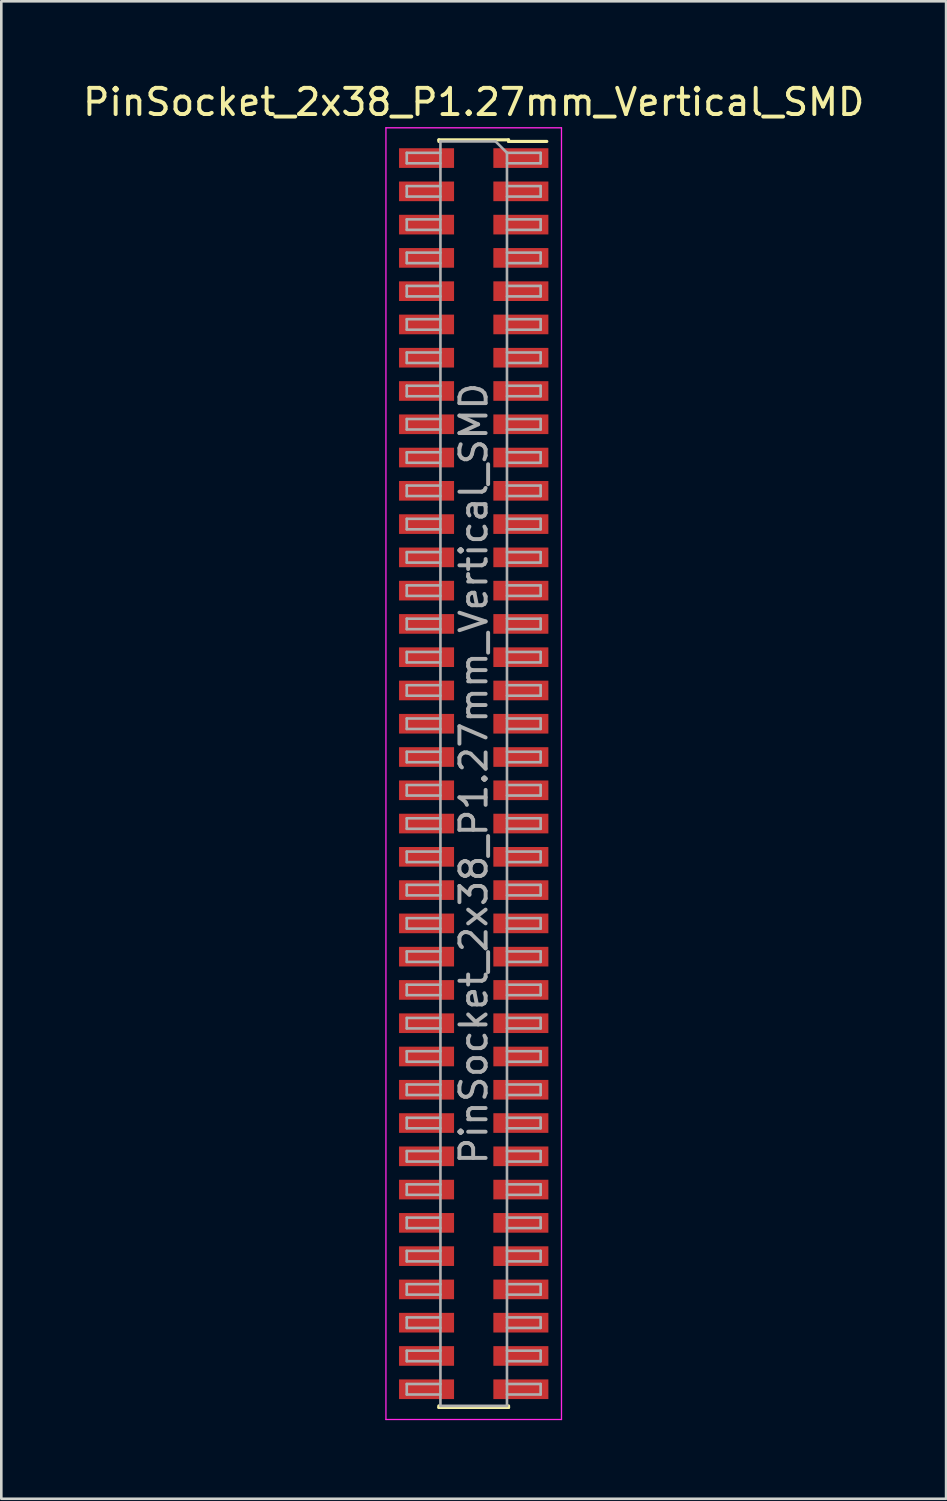
<source format=kicad_pcb>
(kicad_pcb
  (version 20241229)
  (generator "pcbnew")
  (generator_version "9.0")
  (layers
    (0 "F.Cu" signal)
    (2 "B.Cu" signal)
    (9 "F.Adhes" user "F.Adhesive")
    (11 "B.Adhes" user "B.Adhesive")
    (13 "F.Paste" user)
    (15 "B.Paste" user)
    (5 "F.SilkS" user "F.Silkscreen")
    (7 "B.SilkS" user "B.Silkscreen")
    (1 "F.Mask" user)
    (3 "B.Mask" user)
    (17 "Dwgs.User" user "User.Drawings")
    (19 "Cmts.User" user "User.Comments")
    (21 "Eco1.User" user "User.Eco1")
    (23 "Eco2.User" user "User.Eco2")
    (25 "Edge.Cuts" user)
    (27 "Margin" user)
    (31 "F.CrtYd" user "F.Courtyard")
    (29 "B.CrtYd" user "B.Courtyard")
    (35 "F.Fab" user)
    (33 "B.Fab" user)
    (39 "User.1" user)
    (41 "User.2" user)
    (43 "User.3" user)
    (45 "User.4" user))
  (footprint "PinSocket_2x38_P1.27mm_Vertical_SMD"
    (layer "F.Cu")
    (at 15.03 26.478)
    (property "Reference" "PinSocket_2x38_P1.27mm_Vertical_SMD" (at 0 -25.63 0) (layer "F.SilkS") (effects (font (size 1 1) (thickness 0.15))))
    (attr smd)
    (fp_line (start -1.33 -24.19) (end -1.33 -24.13) (stroke (width 0.12) (type solid)) (layer "F.SilkS"))
    (fp_line (start -1.33 -24.19) (end 1.33 -24.19) (stroke (width 0.12) (type solid)) (layer "F.SilkS"))
    (fp_line (start -1.33 24.13) (end -1.33 24.19) (stroke (width 0.12) (type solid)) (layer "F.SilkS"))
    (fp_line (start -1.33 24.19) (end 1.33 24.19) (stroke (width 0.12) (type solid)) (layer "F.SilkS"))
    (fp_line (start 1.33 -24.19) (end 1.33 -24.13) (stroke (width 0.12) (type solid)) (layer "F.SilkS"))
    (fp_line (start 1.33 -24.13) (end 2.79 -24.13) (stroke (width 0.12) (type solid)) (layer "F.SilkS"))
    (fp_line (start 1.33 24.13) (end 1.33 24.19) (stroke (width 0.12) (type solid)) (layer "F.SilkS"))
    (fp_line (start -3.35 -24.65) (end 3.35 -24.65) (stroke (width 0.05) (type solid)) (layer "F.CrtYd"))
    (fp_line (start -3.35 24.65) (end -3.35 -24.65) (stroke (width 0.05) (type solid)) (layer "F.CrtYd"))
    (fp_line (start 3.35 -24.65) (end 3.35 24.65) (stroke (width 0.05) (type solid)) (layer "F.CrtYd"))
    (fp_line (start 3.35 24.65) (end -3.35 24.65) (stroke (width 0.05) (type solid)) (layer "F.CrtYd"))
    (fp_line (start -2.555 -23.695) (end -1.27 -23.695) (stroke (width 0.1) (type solid)) (layer "F.Fab"))
    (fp_line (start -2.555 -23.295) (end -2.555 -23.695) (stroke (width 0.1) (type solid)) (layer "F.Fab"))
    (fp_line (start -2.555 -22.425) (end -1.27 -22.425) (stroke (width 0.1) (type solid)) (layer "F.Fab"))
    (fp_line (start -2.555 -22.025) (end -2.555 -22.425) (stroke (width 0.1) (type solid)) (layer "F.Fab"))
    (fp_line (start -2.555 -21.155) (end -1.27 -21.155) (stroke (width 0.1) (type solid)) (layer "F.Fab"))
    (fp_line (start -2.555 -20.755) (end -2.555 -21.155) (stroke (width 0.1) (type solid)) (layer "F.Fab"))
    (fp_line (start -2.555 -19.885) (end -1.27 -19.885) (stroke (width 0.1) (type solid)) (layer "F.Fab"))
    (fp_line (start -2.555 -19.485) (end -2.555 -19.885) (stroke (width 0.1) (type solid)) (layer "F.Fab"))
    (fp_line (start -2.555 -18.615) (end -1.27 -18.615) (stroke (width 0.1) (type solid)) (layer "F.Fab"))
    (fp_line (start -2.555 -18.215) (end -2.555 -18.615) (stroke (width 0.1) (type solid)) (layer "F.Fab"))
    (fp_line (start -2.555 -17.345) (end -1.27 -17.345) (stroke (width 0.1) (type solid)) (layer "F.Fab"))
    (fp_line (start -2.555 -16.945) (end -2.555 -17.345) (stroke (width 0.1) (type solid)) (layer "F.Fab"))
    (fp_line (start -2.555 -16.075) (end -1.27 -16.075) (stroke (width 0.1) (type solid)) (layer "F.Fab"))
    (fp_line (start -2.555 -15.675) (end -2.555 -16.075) (stroke (width 0.1) (type solid)) (layer "F.Fab"))
    (fp_line (start -2.555 -14.805) (end -1.27 -14.805) (stroke (width 0.1) (type solid)) (layer "F.Fab"))
    (fp_line (start -2.555 -14.405) (end -2.555 -14.805) (stroke (width 0.1) (type solid)) (layer "F.Fab"))
    (fp_line (start -2.555 -13.535) (end -1.27 -13.535) (stroke (width 0.1) (type solid)) (layer "F.Fab"))
    (fp_line (start -2.555 -13.135) (end -2.555 -13.535) (stroke (width 0.1) (type solid)) (layer "F.Fab"))
    (fp_line (start -2.555 -12.265) (end -1.27 -12.265) (stroke (width 0.1) (type solid)) (layer "F.Fab"))
    (fp_line (start -2.555 -11.865) (end -2.555 -12.265) (stroke (width 0.1) (type solid)) (layer "F.Fab"))
    (fp_line (start -2.555 -10.995) (end -1.27 -10.995) (stroke (width 0.1) (type solid)) (layer "F.Fab"))
    (fp_line (start -2.555 -10.595) (end -2.555 -10.995) (stroke (width 0.1) (type solid)) (layer "F.Fab"))
    (fp_line (start -2.555 -9.725) (end -1.27 -9.725) (stroke (width 0.1) (type solid)) (layer "F.Fab"))
    (fp_line (start -2.555 -9.325) (end -2.555 -9.725) (stroke (width 0.1) (type solid)) (layer "F.Fab"))
    (fp_line (start -2.555 -8.455) (end -1.27 -8.455) (stroke (width 0.1) (type solid)) (layer "F.Fab"))
    (fp_line (start -2.555 -8.055) (end -2.555 -8.455) (stroke (width 0.1) (type solid)) (layer "F.Fab"))
    (fp_line (start -2.555 -7.185) (end -1.27 -7.185) (stroke (width 0.1) (type solid)) (layer "F.Fab"))
    (fp_line (start -2.555 -6.785) (end -2.555 -7.185) (stroke (width 0.1) (type solid)) (layer "F.Fab"))
    (fp_line (start -2.555 -5.915) (end -1.27 -5.915) (stroke (width 0.1) (type solid)) (layer "F.Fab"))
    (fp_line (start -2.555 -5.515) (end -2.555 -5.915) (stroke (width 0.1) (type solid)) (layer "F.Fab"))
    (fp_line (start -2.555 -4.645) (end -1.27 -4.645) (stroke (width 0.1) (type solid)) (layer "F.Fab"))
    (fp_line (start -2.555 -4.245) (end -2.555 -4.645) (stroke (width 0.1) (type solid)) (layer "F.Fab"))
    (fp_line (start -2.555 -3.375) (end -1.27 -3.375) (stroke (width 0.1) (type solid)) (layer "F.Fab"))
    (fp_line (start -2.555 -2.975) (end -2.555 -3.375) (stroke (width 0.1) (type solid)) (layer "F.Fab"))
    (fp_line (start -2.555 -2.105) (end -1.27 -2.105) (stroke (width 0.1) (type solid)) (layer "F.Fab"))
    (fp_line (start -2.555 -1.705) (end -2.555 -2.105) (stroke (width 0.1) (type solid)) (layer "F.Fab"))
    (fp_line (start -2.555 -0.835) (end -1.27 -0.835) (stroke (width 0.1) (type solid)) (layer "F.Fab"))
    (fp_line (start -2.555 -0.435) (end -2.555 -0.835) (stroke (width 0.1) (type solid)) (layer "F.Fab"))
    (fp_line (start -2.555 0.435) (end -1.27 0.435) (stroke (width 0.1) (type solid)) (layer "F.Fab"))
    (fp_line (start -2.555 0.835) (end -2.555 0.435) (stroke (width 0.1) (type solid)) (layer "F.Fab"))
    (fp_line (start -2.555 1.705) (end -1.27 1.705) (stroke (width 0.1) (type solid)) (layer "F.Fab"))
    (fp_line (start -2.555 2.105) (end -2.555 1.705) (stroke (width 0.1) (type solid)) (layer "F.Fab"))
    (fp_line (start -2.555 2.975) (end -1.27 2.975) (stroke (width 0.1) (type solid)) (layer "F.Fab"))
    (fp_line (start -2.555 3.375) (end -2.555 2.975) (stroke (width 0.1) (type solid)) (layer "F.Fab"))
    (fp_line (start -2.555 4.245) (end -1.27 4.245) (stroke (width 0.1) (type solid)) (layer "F.Fab"))
    (fp_line (start -2.555 4.645) (end -2.555 4.245) (stroke (width 0.1) (type solid)) (layer "F.Fab"))
    (fp_line (start -2.555 5.515) (end -1.27 5.515) (stroke (width 0.1) (type solid)) (layer "F.Fab"))
    (fp_line (start -2.555 5.915) (end -2.555 5.515) (stroke (width 0.1) (type solid)) (layer "F.Fab"))
    (fp_line (start -2.555 6.785) (end -1.27 6.785) (stroke (width 0.1) (type solid)) (layer "F.Fab"))
    (fp_line (start -2.555 7.185) (end -2.555 6.785) (stroke (width 0.1) (type solid)) (layer "F.Fab"))
    (fp_line (start -2.555 8.055) (end -1.27 8.055) (stroke (width 0.1) (type solid)) (layer "F.Fab"))
    (fp_line (start -2.555 8.455) (end -2.555 8.055) (stroke (width 0.1) (type solid)) (layer "F.Fab"))
    (fp_line (start -2.555 9.325) (end -1.27 9.325) (stroke (width 0.1) (type solid)) (layer "F.Fab"))
    (fp_line (start -2.555 9.725) (end -2.555 9.325) (stroke (width 0.1) (type solid)) (layer "F.Fab"))
    (fp_line (start -2.555 10.595) (end -1.27 10.595) (stroke (width 0.1) (type solid)) (layer "F.Fab"))
    (fp_line (start -2.555 10.995) (end -2.555 10.595) (stroke (width 0.1) (type solid)) (layer "F.Fab"))
    (fp_line (start -2.555 11.865) (end -1.27 11.865) (stroke (width 0.1) (type solid)) (layer "F.Fab"))
    (fp_line (start -2.555 12.265) (end -2.555 11.865) (stroke (width 0.1) (type solid)) (layer "F.Fab"))
    (fp_line (start -2.555 13.135) (end -1.27 13.135) (stroke (width 0.1) (type solid)) (layer "F.Fab"))
    (fp_line (start -2.555 13.535) (end -2.555 13.135) (stroke (width 0.1) (type solid)) (layer "F.Fab"))
    (fp_line (start -2.555 14.405) (end -1.27 14.405) (stroke (width 0.1) (type solid)) (layer "F.Fab"))
    (fp_line (start -2.555 14.805) (end -2.555 14.405) (stroke (width 0.1) (type solid)) (layer "F.Fab"))
    (fp_line (start -2.555 15.675) (end -1.27 15.675) (stroke (width 0.1) (type solid)) (layer "F.Fab"))
    (fp_line (start -2.555 16.075) (end -2.555 15.675) (stroke (width 0.1) (type solid)) (layer "F.Fab"))
    (fp_line (start -2.555 16.945) (end -1.27 16.945) (stroke (width 0.1) (type solid)) (layer "F.Fab"))
    (fp_line (start -2.555 17.345) (end -2.555 16.945) (stroke (width 0.1) (type solid)) (layer "F.Fab"))
    (fp_line (start -2.555 18.215) (end -1.27 18.215) (stroke (width 0.1) (type solid)) (layer "F.Fab"))
    (fp_line (start -2.555 18.615) (end -2.555 18.215) (stroke (width 0.1) (type solid)) (layer "F.Fab"))
    (fp_line (start -2.555 19.485) (end -1.27 19.485) (stroke (width 0.1) (type solid)) (layer "F.Fab"))
    (fp_line (start -2.555 19.885) (end -2.555 19.485) (stroke (width 0.1) (type solid)) (layer "F.Fab"))
    (fp_line (start -2.555 20.755) (end -1.27 20.755) (stroke (width 0.1) (type solid)) (layer "F.Fab"))
    (fp_line (start -2.555 21.155) (end -2.555 20.755) (stroke (width 0.1) (type solid)) (layer "F.Fab"))
    (fp_line (start -2.555 22.025) (end -1.27 22.025) (stroke (width 0.1) (type solid)) (layer "F.Fab"))
    (fp_line (start -2.555 22.425) (end -2.555 22.025) (stroke (width 0.1) (type solid)) (layer "F.Fab"))
    (fp_line (start -2.555 23.295) (end -1.27 23.295) (stroke (width 0.1) (type solid)) (layer "F.Fab"))
    (fp_line (start -2.555 23.695) (end -2.555 23.295) (stroke (width 0.1) (type solid)) (layer "F.Fab"))
    (fp_line (start -1.27 -24.13) (end 0.835 -24.13) (stroke (width 0.1) (type solid)) (layer "F.Fab"))
    (fp_line (start -1.27 -23.295) (end -2.555 -23.295) (stroke (width 0.1) (type solid)) (layer "F.Fab"))
    (fp_line (start -1.27 -22.025) (end -2.555 -22.025) (stroke (width 0.1) (type solid)) (layer "F.Fab"))
    (fp_line (start -1.27 -20.755) (end -2.555 -20.755) (stroke (width 0.1) (type solid)) (layer "F.Fab"))
    (fp_line (start -1.27 -19.485) (end -2.555 -19.485) (stroke (width 0.1) (type solid)) (layer "F.Fab"))
    (fp_line (start -1.27 -18.215) (end -2.555 -18.215) (stroke (width 0.1) (type solid)) (layer "F.Fab"))
    (fp_line (start -1.27 -16.945) (end -2.555 -16.945) (stroke (width 0.1) (type solid)) (layer "F.Fab"))
    (fp_line (start -1.27 -15.675) (end -2.555 -15.675) (stroke (width 0.1) (type solid)) (layer "F.Fab"))
    (fp_line (start -1.27 -14.405) (end -2.555 -14.405) (stroke (width 0.1) (type solid)) (layer "F.Fab"))
    (fp_line (start -1.27 -13.135) (end -2.555 -13.135) (stroke (width 0.1) (type solid)) (layer "F.Fab"))
    (fp_line (start -1.27 -11.865) (end -2.555 -11.865) (stroke (width 0.1) (type solid)) (layer "F.Fab"))
    (fp_line (start -1.27 -10.595) (end -2.555 -10.595) (stroke (width 0.1) (type solid)) (layer "F.Fab"))
    (fp_line (start -1.27 -9.325) (end -2.555 -9.325) (stroke (width 0.1) (type solid)) (layer "F.Fab"))
    (fp_line (start -1.27 -8.055) (end -2.555 -8.055) (stroke (width 0.1) (type solid)) (layer "F.Fab"))
    (fp_line (start -1.27 -6.785) (end -2.555 -6.785) (stroke (width 0.1) (type solid)) (layer "F.Fab"))
    (fp_line (start -1.27 -5.515) (end -2.555 -5.515) (stroke (width 0.1) (type solid)) (layer "F.Fab"))
    (fp_line (start -1.27 -4.245) (end -2.555 -4.245) (stroke (width 0.1) (type solid)) (layer "F.Fab"))
    (fp_line (start -1.27 -2.975) (end -2.555 -2.975) (stroke (width 0.1) (type solid)) (layer "F.Fab"))
    (fp_line (start -1.27 -1.705) (end -2.555 -1.705) (stroke (width 0.1) (type solid)) (layer "F.Fab"))
    (fp_line (start -1.27 -0.435) (end -2.555 -0.435) (stroke (width 0.1) (type solid)) (layer "F.Fab"))
    (fp_line (start -1.27 0.835) (end -2.555 0.835) (stroke (width 0.1) (type solid)) (layer "F.Fab"))
    (fp_line (start -1.27 2.105) (end -2.555 2.105) (stroke (width 0.1) (type solid)) (layer "F.Fab"))
    (fp_line (start -1.27 3.375) (end -2.555 3.375) (stroke (width 0.1) (type solid)) (layer "F.Fab"))
    (fp_line (start -1.27 4.645) (end -2.555 4.645) (stroke (width 0.1) (type solid)) (layer "F.Fab"))
    (fp_line (start -1.27 5.915) (end -2.555 5.915) (stroke (width 0.1) (type solid)) (layer "F.Fab"))
    (fp_line (start -1.27 7.185) (end -2.555 7.185) (stroke (width 0.1) (type solid)) (layer "F.Fab"))
    (fp_line (start -1.27 8.455) (end -2.555 8.455) (stroke (width 0.1) (type solid)) (layer "F.Fab"))
    (fp_line (start -1.27 9.725) (end -2.555 9.725) (stroke (width 0.1) (type solid)) (layer "F.Fab"))
    (fp_line (start -1.27 10.995) (end -2.555 10.995) (stroke (width 0.1) (type solid)) (layer "F.Fab"))
    (fp_line (start -1.27 12.265) (end -2.555 12.265) (stroke (width 0.1) (type solid)) (layer "F.Fab"))
    (fp_line (start -1.27 13.535) (end -2.555 13.535) (stroke (width 0.1) (type solid)) (layer "F.Fab"))
    (fp_line (start -1.27 14.805) (end -2.555 14.805) (stroke (width 0.1) (type solid)) (layer "F.Fab"))
    (fp_line (start -1.27 16.075) (end -2.555 16.075) (stroke (width 0.1) (type solid)) (layer "F.Fab"))
    (fp_line (start -1.27 17.345) (end -2.555 17.345) (stroke (width 0.1) (type solid)) (layer "F.Fab"))
    (fp_line (start -1.27 18.615) (end -2.555 18.615) (stroke (width 0.1) (type solid)) (layer "F.Fab"))
    (fp_line (start -1.27 19.885) (end -2.555 19.885) (stroke (width 0.1) (type solid)) (layer "F.Fab"))
    (fp_line (start -1.27 21.155) (end -2.555 21.155) (stroke (width 0.1) (type solid)) (layer "F.Fab"))
    (fp_line (start -1.27 22.425) (end -2.555 22.425) (stroke (width 0.1) (type solid)) (layer "F.Fab"))
    (fp_line (start -1.27 23.695) (end -2.555 23.695) (stroke (width 0.1) (type solid)) (layer "F.Fab"))
    (fp_line (start -1.27 24.13) (end -1.27 -24.13) (stroke (width 0.1) (type solid)) (layer "F.Fab"))
    (fp_line (start 0.835 -24.13) (end 1.27 -23.695) (stroke (width 0.1) (type solid)) (layer "F.Fab"))
    (fp_line (start 1.27 -23.695) (end 1.27 24.13) (stroke (width 0.1) (type solid)) (layer "F.Fab"))
    (fp_line (start 1.27 -23.695) (end 2.555 -23.695) (stroke (width 0.1) (type solid)) (layer "F.Fab"))
    (fp_line (start 1.27 -22.425) (end 2.555 -22.425) (stroke (width 0.1) (type solid)) (layer "F.Fab"))
    (fp_line (start 1.27 -21.155) (end 2.555 -21.155) (stroke (width 0.1) (type solid)) (layer "F.Fab"))
    (fp_line (start 1.27 -19.885) (end 2.555 -19.885) (stroke (width 0.1) (type solid)) (layer "F.Fab"))
    (fp_line (start 1.27 -18.615) (end 2.555 -18.615) (stroke (width 0.1) (type solid)) (layer "F.Fab"))
    (fp_line (start 1.27 -17.345) (end 2.555 -17.345) (stroke (width 0.1) (type solid)) (layer "F.Fab"))
    (fp_line (start 1.27 -16.075) (end 2.555 -16.075) (stroke (width 0.1) (type solid)) (layer "F.Fab"))
    (fp_line (start 1.27 -14.805) (end 2.555 -14.805) (stroke (width 0.1) (type solid)) (layer "F.Fab"))
    (fp_line (start 1.27 -13.535) (end 2.555 -13.535) (stroke (width 0.1) (type solid)) (layer "F.Fab"))
    (fp_line (start 1.27 -12.265) (end 2.555 -12.265) (stroke (width 0.1) (type solid)) (layer "F.Fab"))
    (fp_line (start 1.27 -10.995) (end 2.555 -10.995) (stroke (width 0.1) (type solid)) (layer "F.Fab"))
    (fp_line (start 1.27 -9.725) (end 2.555 -9.725) (stroke (width 0.1) (type solid)) (layer "F.Fab"))
    (fp_line (start 1.27 -8.455) (end 2.555 -8.455) (stroke (width 0.1) (type solid)) (layer "F.Fab"))
    (fp_line (start 1.27 -7.185) (end 2.555 -7.185) (stroke (width 0.1) (type solid)) (layer "F.Fab"))
    (fp_line (start 1.27 -5.915) (end 2.555 -5.915) (stroke (width 0.1) (type solid)) (layer "F.Fab"))
    (fp_line (start 1.27 -4.645) (end 2.555 -4.645) (stroke (width 0.1) (type solid)) (layer "F.Fab"))
    (fp_line (start 1.27 -3.375) (end 2.555 -3.375) (stroke (width 0.1) (type solid)) (layer "F.Fab"))
    (fp_line (start 1.27 -2.105) (end 2.555 -2.105) (stroke (width 0.1) (type solid)) (layer "F.Fab"))
    (fp_line (start 1.27 -0.835) (end 2.555 -0.835) (stroke (width 0.1) (type solid)) (layer "F.Fab"))
    (fp_line (start 1.27 0.435) (end 2.555 0.435) (stroke (width 0.1) (type solid)) (layer "F.Fab"))
    (fp_line (start 1.27 1.705) (end 2.555 1.705) (stroke (width 0.1) (type solid)) (layer "F.Fab"))
    (fp_line (start 1.27 2.975) (end 2.555 2.975) (stroke (width 0.1) (type solid)) (layer "F.Fab"))
    (fp_line (start 1.27 4.245) (end 2.555 4.245) (stroke (width 0.1) (type solid)) (layer "F.Fab"))
    (fp_line (start 1.27 5.515) (end 2.555 5.515) (stroke (width 0.1) (type solid)) (layer "F.Fab"))
    (fp_line (start 1.27 6.785) (end 2.555 6.785) (stroke (width 0.1) (type solid)) (layer "F.Fab"))
    (fp_line (start 1.27 8.055) (end 2.555 8.055) (stroke (width 0.1) (type solid)) (layer "F.Fab"))
    (fp_line (start 1.27 9.325) (end 2.555 9.325) (stroke (width 0.1) (type solid)) (layer "F.Fab"))
    (fp_line (start 1.27 10.595) (end 2.555 10.595) (stroke (width 0.1) (type solid)) (layer "F.Fab"))
    (fp_line (start 1.27 11.865) (end 2.555 11.865) (stroke (width 0.1) (type solid)) (layer "F.Fab"))
    (fp_line (start 1.27 13.135) (end 2.555 13.135) (stroke (width 0.1) (type solid)) (layer "F.Fab"))
    (fp_line (start 1.27 14.405) (end 2.555 14.405) (stroke (width 0.1) (type solid)) (layer "F.Fab"))
    (fp_line (start 1.27 15.675) (end 2.555 15.675) (stroke (width 0.1) (type solid)) (layer "F.Fab"))
    (fp_line (start 1.27 16.945) (end 2.555 16.945) (stroke (width 0.1) (type solid)) (layer "F.Fab"))
    (fp_line (start 1.27 18.215) (end 2.555 18.215) (stroke (width 0.1) (type solid)) (layer "F.Fab"))
    (fp_line (start 1.27 19.485) (end 2.555 19.485) (stroke (width 0.1) (type solid)) (layer "F.Fab"))
    (fp_line (start 1.27 20.755) (end 2.555 20.755) (stroke (width 0.1) (type solid)) (layer "F.Fab"))
    (fp_line (start 1.27 22.025) (end 2.555 22.025) (stroke (width 0.1) (type solid)) (layer "F.Fab"))
    (fp_line (start 1.27 23.295) (end 2.555 23.295) (stroke (width 0.1) (type solid)) (layer "F.Fab"))
    (fp_line (start 1.27 24.13) (end -1.27 24.13) (stroke (width 0.1) (type solid)) (layer "F.Fab"))
    (fp_line (start 2.555 -23.695) (end 2.555 -23.295) (stroke (width 0.1) (type solid)) (layer "F.Fab"))
    (fp_line (start 2.555 -23.295) (end 1.27 -23.295) (stroke (width 0.1) (type solid)) (layer "F.Fab"))
    (fp_line (start 2.555 -22.425) (end 2.555 -22.025) (stroke (width 0.1) (type solid)) (layer "F.Fab"))
    (fp_line (start 2.555 -22.025) (end 1.27 -22.025) (stroke (width 0.1) (type solid)) (layer "F.Fab"))
    (fp_line (start 2.555 -21.155) (end 2.555 -20.755) (stroke (width 0.1) (type solid)) (layer "F.Fab"))
    (fp_line (start 2.555 -20.755) (end 1.27 -20.755) (stroke (width 0.1) (type solid)) (layer "F.Fab"))
    (fp_line (start 2.555 -19.885) (end 2.555 -19.485) (stroke (width 0.1) (type solid)) (layer "F.Fab"))
    (fp_line (start 2.555 -19.485) (end 1.27 -19.485) (stroke (width 0.1) (type solid)) (layer "F.Fab"))
    (fp_line (start 2.555 -18.615) (end 2.555 -18.215) (stroke (width 0.1) (type solid)) (layer "F.Fab"))
    (fp_line (start 2.555 -18.215) (end 1.27 -18.215) (stroke (width 0.1) (type solid)) (layer "F.Fab"))
    (fp_line (start 2.555 -17.345) (end 2.555 -16.945) (stroke (width 0.1) (type solid)) (layer "F.Fab"))
    (fp_line (start 2.555 -16.945) (end 1.27 -16.945) (stroke (width 0.1) (type solid)) (layer "F.Fab"))
    (fp_line (start 2.555 -16.075) (end 2.555 -15.675) (stroke (width 0.1) (type solid)) (layer "F.Fab"))
    (fp_line (start 2.555 -15.675) (end 1.27 -15.675) (stroke (width 0.1) (type solid)) (layer "F.Fab"))
    (fp_line (start 2.555 -14.805) (end 2.555 -14.405) (stroke (width 0.1) (type solid)) (layer "F.Fab"))
    (fp_line (start 2.555 -14.405) (end 1.27 -14.405) (stroke (width 0.1) (type solid)) (layer "F.Fab"))
    (fp_line (start 2.555 -13.535) (end 2.555 -13.135) (stroke (width 0.1) (type solid)) (layer "F.Fab"))
    (fp_line (start 2.555 -13.135) (end 1.27 -13.135) (stroke (width 0.1) (type solid)) (layer "F.Fab"))
    (fp_line (start 2.555 -12.265) (end 2.555 -11.865) (stroke (width 0.1) (type solid)) (layer "F.Fab"))
    (fp_line (start 2.555 -11.865) (end 1.27 -11.865) (stroke (width 0.1) (type solid)) (layer "F.Fab"))
    (fp_line (start 2.555 -10.995) (end 2.555 -10.595) (stroke (width 0.1) (type solid)) (layer "F.Fab"))
    (fp_line (start 2.555 -10.595) (end 1.27 -10.595) (stroke (width 0.1) (type solid)) (layer "F.Fab"))
    (fp_line (start 2.555 -9.725) (end 2.555 -9.325) (stroke (width 0.1) (type solid)) (layer "F.Fab"))
    (fp_line (start 2.555 -9.325) (end 1.27 -9.325) (stroke (width 0.1) (type solid)) (layer "F.Fab"))
    (fp_line (start 2.555 -8.455) (end 2.555 -8.055) (stroke (width 0.1) (type solid)) (layer "F.Fab"))
    (fp_line (start 2.555 -8.055) (end 1.27 -8.055) (stroke (width 0.1) (type solid)) (layer "F.Fab"))
    (fp_line (start 2.555 -7.185) (end 2.555 -6.785) (stroke (width 0.1) (type solid)) (layer "F.Fab"))
    (fp_line (start 2.555 -6.785) (end 1.27 -6.785) (stroke (width 0.1) (type solid)) (layer "F.Fab"))
    (fp_line (start 2.555 -5.915) (end 2.555 -5.515) (stroke (width 0.1) (type solid)) (layer "F.Fab"))
    (fp_line (start 2.555 -5.515) (end 1.27 -5.515) (stroke (width 0.1) (type solid)) (layer "F.Fab"))
    (fp_line (start 2.555 -4.645) (end 2.555 -4.245) (stroke (width 0.1) (type solid)) (layer "F.Fab"))
    (fp_line (start 2.555 -4.245) (end 1.27 -4.245) (stroke (width 0.1) (type solid)) (layer "F.Fab"))
    (fp_line (start 2.555 -3.375) (end 2.555 -2.975) (stroke (width 0.1) (type solid)) (layer "F.Fab"))
    (fp_line (start 2.555 -2.975) (end 1.27 -2.975) (stroke (width 0.1) (type solid)) (layer "F.Fab"))
    (fp_line (start 2.555 -2.105) (end 2.555 -1.705) (stroke (width 0.1) (type solid)) (layer "F.Fab"))
    (fp_line (start 2.555 -1.705) (end 1.27 -1.705) (stroke (width 0.1) (type solid)) (layer "F.Fab"))
    (fp_line (start 2.555 -0.835) (end 2.555 -0.435) (stroke (width 0.1) (type solid)) (layer "F.Fab"))
    (fp_line (start 2.555 -0.435) (end 1.27 -0.435) (stroke (width 0.1) (type solid)) (layer "F.Fab"))
    (fp_line (start 2.555 0.435) (end 2.555 0.835) (stroke (width 0.1) (type solid)) (layer "F.Fab"))
    (fp_line (start 2.555 0.835) (end 1.27 0.835) (stroke (width 0.1) (type solid)) (layer "F.Fab"))
    (fp_line (start 2.555 1.705) (end 2.555 2.105) (stroke (width 0.1) (type solid)) (layer "F.Fab"))
    (fp_line (start 2.555 2.105) (end 1.27 2.105) (stroke (width 0.1) (type solid)) (layer "F.Fab"))
    (fp_line (start 2.555 2.975) (end 2.555 3.375) (stroke (width 0.1) (type solid)) (layer "F.Fab"))
    (fp_line (start 2.555 3.375) (end 1.27 3.375) (stroke (width 0.1) (type solid)) (layer "F.Fab"))
    (fp_line (start 2.555 4.245) (end 2.555 4.645) (stroke (width 0.1) (type solid)) (layer "F.Fab"))
    (fp_line (start 2.555 4.645) (end 1.27 4.645) (stroke (width 0.1) (type solid)) (layer "F.Fab"))
    (fp_line (start 2.555 5.515) (end 2.555 5.915) (stroke (width 0.1) (type solid)) (layer "F.Fab"))
    (fp_line (start 2.555 5.915) (end 1.27 5.915) (stroke (width 0.1) (type solid)) (layer "F.Fab"))
    (fp_line (start 2.555 6.785) (end 2.555 7.185) (stroke (width 0.1) (type solid)) (layer "F.Fab"))
    (fp_line (start 2.555 7.185) (end 1.27 7.185) (stroke (width 0.1) (type solid)) (layer "F.Fab"))
    (fp_line (start 2.555 8.055) (end 2.555 8.455) (stroke (width 0.1) (type solid)) (layer "F.Fab"))
    (fp_line (start 2.555 8.455) (end 1.27 8.455) (stroke (width 0.1) (type solid)) (layer "F.Fab"))
    (fp_line (start 2.555 9.325) (end 2.555 9.725) (stroke (width 0.1) (type solid)) (layer "F.Fab"))
    (fp_line (start 2.555 9.725) (end 1.27 9.725) (stroke (width 0.1) (type solid)) (layer "F.Fab"))
    (fp_line (start 2.555 10.595) (end 2.555 10.995) (stroke (width 0.1) (type solid)) (layer "F.Fab"))
    (fp_line (start 2.555 10.995) (end 1.27 10.995) (stroke (width 0.1) (type solid)) (layer "F.Fab"))
    (fp_line (start 2.555 11.865) (end 2.555 12.265) (stroke (width 0.1) (type solid)) (layer "F.Fab"))
    (fp_line (start 2.555 12.265) (end 1.27 12.265) (stroke (width 0.1) (type solid)) (layer "F.Fab"))
    (fp_line (start 2.555 13.135) (end 2.555 13.535) (stroke (width 0.1) (type solid)) (layer "F.Fab"))
    (fp_line (start 2.555 13.535) (end 1.27 13.535) (stroke (width 0.1) (type solid)) (layer "F.Fab"))
    (fp_line (start 2.555 14.405) (end 2.555 14.805) (stroke (width 0.1) (type solid)) (layer "F.Fab"))
    (fp_line (start 2.555 14.805) (end 1.27 14.805) (stroke (width 0.1) (type solid)) (layer "F.Fab"))
    (fp_line (start 2.555 15.675) (end 2.555 16.075) (stroke (width 0.1) (type solid)) (layer "F.Fab"))
    (fp_line (start 2.555 16.075) (end 1.27 16.075) (stroke (width 0.1) (type solid)) (layer "F.Fab"))
    (fp_line (start 2.555 16.945) (end 2.555 17.345) (stroke (width 0.1) (type solid)) (layer "F.Fab"))
    (fp_line (start 2.555 17.345) (end 1.27 17.345) (stroke (width 0.1) (type solid)) (layer "F.Fab"))
    (fp_line (start 2.555 18.215) (end 2.555 18.615) (stroke (width 0.1) (type solid)) (layer "F.Fab"))
    (fp_line (start 2.555 18.615) (end 1.27 18.615) (stroke (width 0.1) (type solid)) (layer "F.Fab"))
    (fp_line (start 2.555 19.485) (end 2.555 19.885) (stroke (width 0.1) (type solid)) (layer "F.Fab"))
    (fp_line (start 2.555 19.885) (end 1.27 19.885) (stroke (width 0.1) (type solid)) (layer "F.Fab"))
    (fp_line (start 2.555 20.755) (end 2.555 21.155) (stroke (width 0.1) (type solid)) (layer "F.Fab"))
    (fp_line (start 2.555 21.155) (end 1.27 21.155) (stroke (width 0.1) (type solid)) (layer "F.Fab"))
    (fp_line (start 2.555 22.025) (end 2.555 22.425) (stroke (width 0.1) (type solid)) (layer "F.Fab"))
    (fp_line (start 2.555 22.425) (end 1.27 22.425) (stroke (width 0.1) (type solid)) (layer "F.Fab"))
    (fp_line (start 2.555 23.295) (end 2.555 23.695) (stroke (width 0.1) (type solid)) (layer "F.Fab"))
    (fp_line (start 2.555 23.695) (end 1.27 23.695) (stroke (width 0.1) (type solid)) (layer "F.Fab"))
    (fp_text user "${REFERENCE}" (at 0 0 90) (layer "F.Fab") (effects (font (size 1 1) (thickness 0.15))))
    (pad "1" smd rect (at 1.8 -23.495) (size 2.1 0.75) (layers "F.Cu" "F.Mask" "F.Paste"))
    (pad "2" smd rect (at -1.8 -23.495) (size 2.1 0.75) (layers "F.Cu" "F.Mask" "F.Paste"))
    (pad "3" smd rect (at 1.8 -22.225) (size 2.1 0.75) (layers "F.Cu" "F.Mask" "F.Paste"))
    (pad "4" smd rect (at -1.8 -22.225) (size 2.1 0.75) (layers "F.Cu" "F.Mask" "F.Paste"))
    (pad "5" smd rect (at 1.8 -20.955) (size 2.1 0.75) (layers "F.Cu" "F.Mask" "F.Paste"))
    (pad "6" smd rect (at -1.8 -20.955) (size 2.1 0.75) (layers "F.Cu" "F.Mask" "F.Paste"))
    (pad "7" smd rect (at 1.8 -19.685) (size 2.1 0.75) (layers "F.Cu" "F.Mask" "F.Paste"))
    (pad "8" smd rect (at -1.8 -19.685) (size 2.1 0.75) (layers "F.Cu" "F.Mask" "F.Paste"))
    (pad "9" smd rect (at 1.8 -18.415) (size 2.1 0.75) (layers "F.Cu" "F.Mask" "F.Paste"))
    (pad "10" smd rect (at -1.8 -18.415) (size 2.1 0.75) (layers "F.Cu" "F.Mask" "F.Paste"))
    (pad "11" smd rect (at 1.8 -17.145) (size 2.1 0.75) (layers "F.Cu" "F.Mask" "F.Paste"))
    (pad "12" smd rect (at -1.8 -17.145) (size 2.1 0.75) (layers "F.Cu" "F.Mask" "F.Paste"))
    (pad "13" smd rect (at 1.8 -15.875) (size 2.1 0.75) (layers "F.Cu" "F.Mask" "F.Paste"))
    (pad "14" smd rect (at -1.8 -15.875) (size 2.1 0.75) (layers "F.Cu" "F.Mask" "F.Paste"))
    (pad "15" smd rect (at 1.8 -14.605) (size 2.1 0.75) (layers "F.Cu" "F.Mask" "F.Paste"))
    (pad "16" smd rect (at -1.8 -14.605) (size 2.1 0.75) (layers "F.Cu" "F.Mask" "F.Paste"))
    (pad "17" smd rect (at 1.8 -13.335) (size 2.1 0.75) (layers "F.Cu" "F.Mask" "F.Paste"))
    (pad "18" smd rect (at -1.8 -13.335) (size 2.1 0.75) (layers "F.Cu" "F.Mask" "F.Paste"))
    (pad "19" smd rect (at 1.8 -12.065) (size 2.1 0.75) (layers "F.Cu" "F.Mask" "F.Paste"))
    (pad "20" smd rect (at -1.8 -12.065) (size 2.1 0.75) (layers "F.Cu" "F.Mask" "F.Paste"))
    (pad "21" smd rect (at 1.8 -10.795) (size 2.1 0.75) (layers "F.Cu" "F.Mask" "F.Paste"))
    (pad "22" smd rect (at -1.8 -10.795) (size 2.1 0.75) (layers "F.Cu" "F.Mask" "F.Paste"))
    (pad "23" smd rect (at 1.8 -9.525) (size 2.1 0.75) (layers "F.Cu" "F.Mask" "F.Paste"))
    (pad "24" smd rect (at -1.8 -9.525) (size 2.1 0.75) (layers "F.Cu" "F.Mask" "F.Paste"))
    (pad "25" smd rect (at 1.8 -8.255) (size 2.1 0.75) (layers "F.Cu" "F.Mask" "F.Paste"))
    (pad "26" smd rect (at -1.8 -8.255) (size 2.1 0.75) (layers "F.Cu" "F.Mask" "F.Paste"))
    (pad "27" smd rect (at 1.8 -6.985) (size 2.1 0.75) (layers "F.Cu" "F.Mask" "F.Paste"))
    (pad "28" smd rect (at -1.8 -6.985) (size 2.1 0.75) (layers "F.Cu" "F.Mask" "F.Paste"))
    (pad "29" smd rect (at 1.8 -5.715) (size 2.1 0.75) (layers "F.Cu" "F.Mask" "F.Paste"))
    (pad "30" smd rect (at -1.8 -5.715) (size 2.1 0.75) (layers "F.Cu" "F.Mask" "F.Paste"))
    (pad "31" smd rect (at 1.8 -4.445) (size 2.1 0.75) (layers "F.Cu" "F.Mask" "F.Paste"))
    (pad "32" smd rect (at -1.8 -4.445) (size 2.1 0.75) (layers "F.Cu" "F.Mask" "F.Paste"))
    (pad "33" smd rect (at 1.8 -3.175) (size 2.1 0.75) (layers "F.Cu" "F.Mask" "F.Paste"))
    (pad "34" smd rect (at -1.8 -3.175) (size 2.1 0.75) (layers "F.Cu" "F.Mask" "F.Paste"))
    (pad "35" smd rect (at 1.8 -1.905) (size 2.1 0.75) (layers "F.Cu" "F.Mask" "F.Paste"))
    (pad "36" smd rect (at -1.8 -1.905) (size 2.1 0.75) (layers "F.Cu" "F.Mask" "F.Paste"))
    (pad "37" smd rect (at 1.8 -0.635) (size 2.1 0.75) (layers "F.Cu" "F.Mask" "F.Paste"))
    (pad "38" smd rect (at -1.8 -0.635) (size 2.1 0.75) (layers "F.Cu" "F.Mask" "F.Paste"))
    (pad "39" smd rect (at 1.8 0.635) (size 2.1 0.75) (layers "F.Cu" "F.Mask" "F.Paste"))
    (pad "40" smd rect (at -1.8 0.635) (size 2.1 0.75) (layers "F.Cu" "F.Mask" "F.Paste"))
    (pad "41" smd rect (at 1.8 1.905) (size 2.1 0.75) (layers "F.Cu" "F.Mask" "F.Paste"))
    (pad "42" smd rect (at -1.8 1.905) (size 2.1 0.75) (layers "F.Cu" "F.Mask" "F.Paste"))
    (pad "43" smd rect (at 1.8 3.175) (size 2.1 0.75) (layers "F.Cu" "F.Mask" "F.Paste"))
    (pad "44" smd rect (at -1.8 3.175) (size 2.1 0.75) (layers "F.Cu" "F.Mask" "F.Paste"))
    (pad "45" smd rect (at 1.8 4.445) (size 2.1 0.75) (layers "F.Cu" "F.Mask" "F.Paste"))
    (pad "46" smd rect (at -1.8 4.445) (size 2.1 0.75) (layers "F.Cu" "F.Mask" "F.Paste"))
    (pad "47" smd rect (at 1.8 5.715) (size 2.1 0.75) (layers "F.Cu" "F.Mask" "F.Paste"))
    (pad "48" smd rect (at -1.8 5.715) (size 2.1 0.75) (layers "F.Cu" "F.Mask" "F.Paste"))
    (pad "49" smd rect (at 1.8 6.985) (size 2.1 0.75) (layers "F.Cu" "F.Mask" "F.Paste"))
    (pad "50" smd rect (at -1.8 6.985) (size 2.1 0.75) (layers "F.Cu" "F.Mask" "F.Paste"))
    (pad "51" smd rect (at 1.8 8.255) (size 2.1 0.75) (layers "F.Cu" "F.Mask" "F.Paste"))
    (pad "52" smd rect (at -1.8 8.255) (size 2.1 0.75) (layers "F.Cu" "F.Mask" "F.Paste"))
    (pad "53" smd rect (at 1.8 9.525) (size 2.1 0.75) (layers "F.Cu" "F.Mask" "F.Paste"))
    (pad "54" smd rect (at -1.8 9.525) (size 2.1 0.75) (layers "F.Cu" "F.Mask" "F.Paste"))
    (pad "55" smd rect (at 1.8 10.795) (size 2.1 0.75) (layers "F.Cu" "F.Mask" "F.Paste"))
    (pad "56" smd rect (at -1.8 10.795) (size 2.1 0.75) (layers "F.Cu" "F.Mask" "F.Paste"))
    (pad "57" smd rect (at 1.8 12.065) (size 2.1 0.75) (layers "F.Cu" "F.Mask" "F.Paste"))
    (pad "58" smd rect (at -1.8 12.065) (size 2.1 0.75) (layers "F.Cu" "F.Mask" "F.Paste"))
    (pad "59" smd rect (at 1.8 13.335) (size 2.1 0.75) (layers "F.Cu" "F.Mask" "F.Paste"))
    (pad "60" smd rect (at -1.8 13.335) (size 2.1 0.75) (layers "F.Cu" "F.Mask" "F.Paste"))
    (pad "61" smd rect (at 1.8 14.605) (size 2.1 0.75) (layers "F.Cu" "F.Mask" "F.Paste"))
    (pad "62" smd rect (at -1.8 14.605) (size 2.1 0.75) (layers "F.Cu" "F.Mask" "F.Paste"))
    (pad "63" smd rect (at 1.8 15.875) (size 2.1 0.75) (layers "F.Cu" "F.Mask" "F.Paste"))
    (pad "64" smd rect (at -1.8 15.875) (size 2.1 0.75) (layers "F.Cu" "F.Mask" "F.Paste"))
    (pad "65" smd rect (at 1.8 17.145) (size 2.1 0.75) (layers "F.Cu" "F.Mask" "F.Paste"))
    (pad "66" smd rect (at -1.8 17.145) (size 2.1 0.75) (layers "F.Cu" "F.Mask" "F.Paste"))
    (pad "67" smd rect (at 1.8 18.415) (size 2.1 0.75) (layers "F.Cu" "F.Mask" "F.Paste"))
    (pad "68" smd rect (at -1.8 18.415) (size 2.1 0.75) (layers "F.Cu" "F.Mask" "F.Paste"))
    (pad "69" smd rect (at 1.8 19.685) (size 2.1 0.75) (layers "F.Cu" "F.Mask" "F.Paste"))
    (pad "70" smd rect (at -1.8 19.685) (size 2.1 0.75) (layers "F.Cu" "F.Mask" "F.Paste"))
    (pad "71" smd rect (at 1.8 20.955) (size 2.1 0.75) (layers "F.Cu" "F.Mask" "F.Paste"))
    (pad "72" smd rect (at -1.8 20.955) (size 2.1 0.75) (layers "F.Cu" "F.Mask" "F.Paste"))
    (pad "73" smd rect (at 1.8 22.225) (size 2.1 0.75) (layers "F.Cu" "F.Mask" "F.Paste"))
    (pad "74" smd rect (at -1.8 22.225) (size 2.1 0.75) (layers "F.Cu" "F.Mask" "F.Paste"))
    (pad "75" smd rect (at 1.8 23.495) (size 2.1 0.75) (layers "F.Cu" "F.Mask" "F.Paste"))
    (pad "76" smd rect (at -1.8 23.495) (size 2.1 0.75) (layers "F.Cu" "F.Mask" "F.Paste")))
  (gr_rect
    (start -3 -3)
    (end 33.06 54.153)
    (stroke (width 0.1) (type default))
    (fill no)
    (layer "Edge.Cuts")))
</source>
